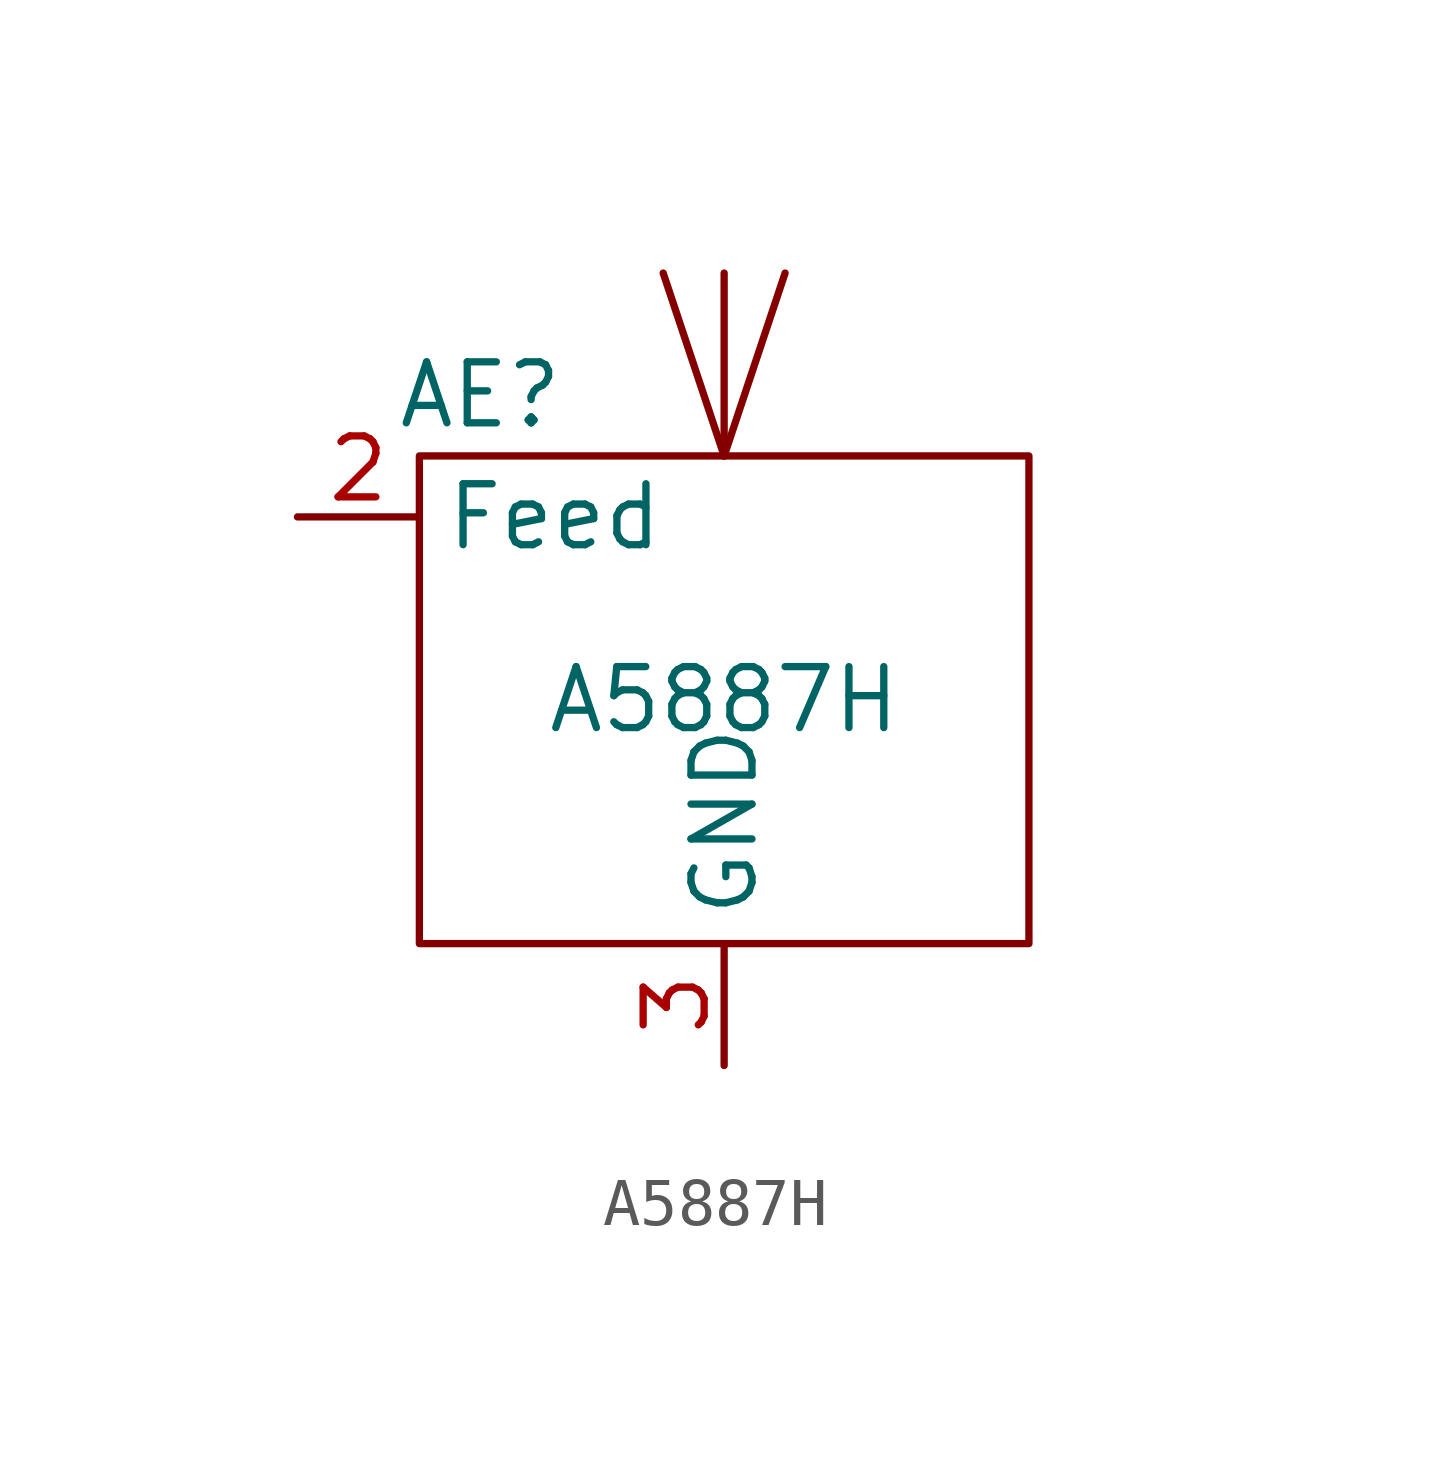
<source format=kicad_sym>
(kicad_symbol_lib
  (version 20211014)
  (generator kicad_symbol_editor)
  (symbol "A5887H"
    (property "Reference" "AE"
      (at -5.08 6.35 0)
      (effects (font (size 1.27 1.27))))
    (property "Value" "A5887H"
      (at 0 0 0)
      (effects (font (size 1.27 1.27))))
    (symbol "A5887H_0_1"
      (rectangle (start -6.35 5.08) (end 6.35 -5.08) (stroke (width 0) (type default) (color 0 0 0 0)) (fill (type none)))
      (polyline (pts (xy 0 5.08) (xy -1.27 8.89)) (stroke (width 0) (type default) (color 0 0 0 0)) (fill (type none)))
      (polyline (pts (xy 0 5.08) (xy 0 8.89)) (stroke (width 0) (type default) (color 0 0 0 0)) (fill (type none)))
      (polyline (pts (xy 0 5.08) (xy 1.27 8.89)) (stroke (width 0) (type default) (color 0 0 0 0)) (fill (type none))))
    (symbol "A5887H_1_1"
      (pin no_connect line (at 8.89 3.81 180) (length 2.54) hide (name "NC1" (effects (font (size 1.27 1.27)))) (number "1" (effects (font (size 1.27 1.27)))))
      (pin bidirectional line (at -8.89 3.81 0) (length 2.54) (name "Feed" (effects (font (size 1.27 1.27)))) (number "2" (effects (font (size 1.27 1.27)))))
      (pin power_in line (at 0 -7.62 90) (length 2.54) (name "GND" (effects (font (size 1.27 1.27)))) (number "3" (effects (font (size 1.27 1.27)))))
      (pin no_connect line (at 8.89 1.27 180) (length 2.54) hide (name "NC4" (effects (font (size 1.27 1.27)))) (number "4" (effects (font (size 1.27 1.27)))))
      (pin no_connect line (at 8.89 -1.27 180) (length 2.54) hide (name "NC5" (effects (font (size 1.27 1.27)))) (number "5" (effects (font (size 1.27 1.27))))))))
</source>
